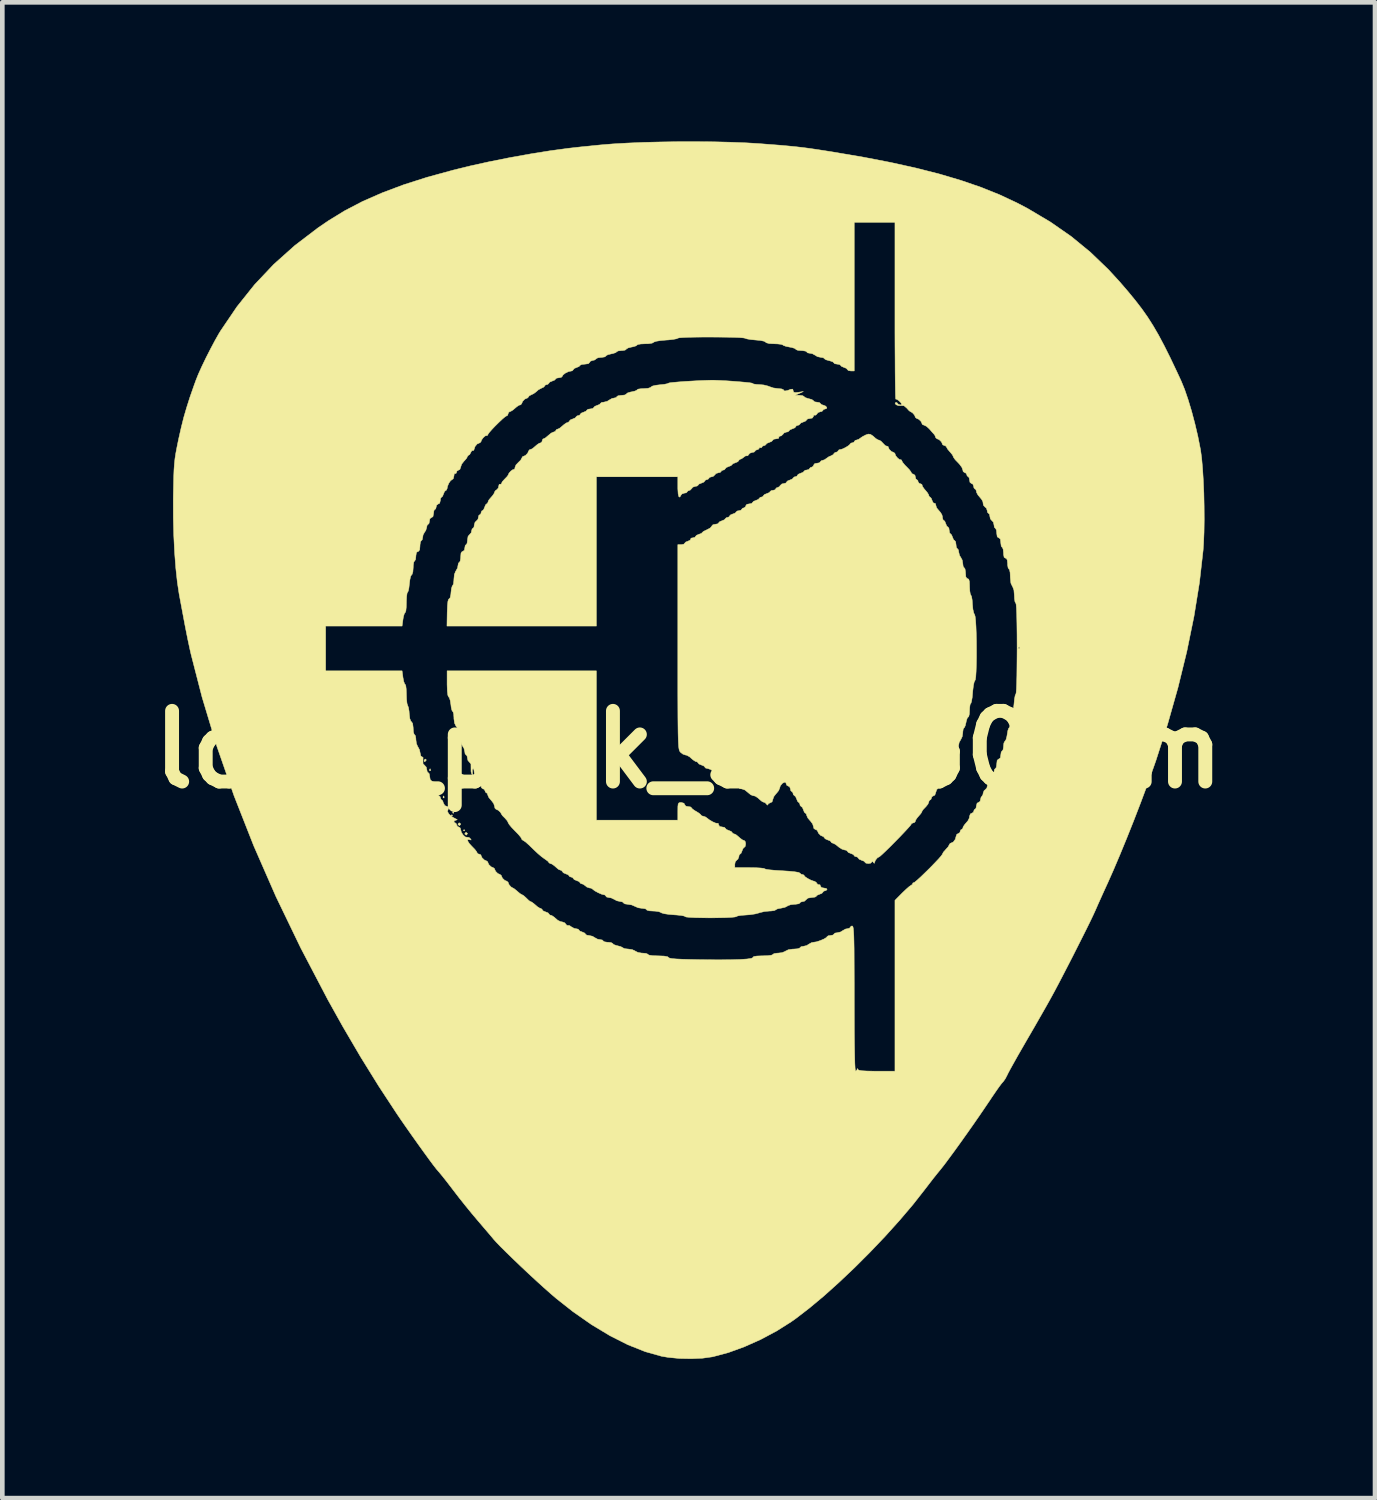
<source format=kicad_pcb>
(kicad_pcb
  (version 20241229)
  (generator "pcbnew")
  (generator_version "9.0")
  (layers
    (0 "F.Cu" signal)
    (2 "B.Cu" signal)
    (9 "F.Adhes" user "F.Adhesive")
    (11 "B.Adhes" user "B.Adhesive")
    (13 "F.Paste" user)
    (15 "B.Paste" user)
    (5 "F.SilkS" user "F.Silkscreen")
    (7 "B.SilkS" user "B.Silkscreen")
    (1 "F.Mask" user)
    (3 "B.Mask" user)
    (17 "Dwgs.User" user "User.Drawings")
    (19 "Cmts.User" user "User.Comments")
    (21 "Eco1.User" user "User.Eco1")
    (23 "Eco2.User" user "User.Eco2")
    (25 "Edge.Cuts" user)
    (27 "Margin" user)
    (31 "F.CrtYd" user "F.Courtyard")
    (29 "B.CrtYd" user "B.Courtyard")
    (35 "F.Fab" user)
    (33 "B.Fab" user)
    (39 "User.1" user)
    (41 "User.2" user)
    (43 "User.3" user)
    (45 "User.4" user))
  (footprint "logo_pick_30x30mm"
    (layer "F.Cu")
    (at 11.8 13.113)
    (property "Reference" "logo_pick_30x30mm" (at 0 0 0) (layer "F.SilkS") (effects (font (size 1.524 1.524) (thickness 0.3))))
    (attr through_hole)
    (fp_poly (pts (xy -5.092 1.419) (xy -5.106 1.434) (xy -5.121 1.419) (xy -5.106 1.405) (xy -5.092 1.419)) (stroke (width 0.01) (type solid)) (fill yes) (layer "F.SilkS"))
    (fp_poly (pts (xy -5.062 1.361) (xy -5.077 1.375) (xy -5.092 1.361) (xy -5.077 1.346) (xy -5.062 1.361)) (stroke (width 0.01) (type solid)) (fill yes) (layer "F.SilkS"))
    (fp_poly (pts (xy -4.828 1.741) (xy -4.843 1.756) (xy -4.858 1.741) (xy -4.843 1.726) (xy -4.828 1.741)) (stroke (width 0.01) (type solid)) (fill yes) (layer "F.SilkS"))
    (fp_poly (pts (xy -5.57 0.419) (xy -5.566 0.454) (xy -5.57 0.458) (xy -5.587 0.454) (xy -5.589 0.439) (xy -5.578 0.415) (xy -5.57 0.419)) (stroke (width 0.01) (type solid)) (fill yes) (layer "F.SilkS"))
    (fp_poly (pts (xy -5.365 0.858) (xy -5.369 0.876) (xy -5.384 0.878) (xy -5.408 0.867) (xy -5.404 0.858) (xy -5.369 0.855) (xy -5.365 0.858)) (stroke (width 0.01) (type solid)) (fill yes) (layer "F.SilkS"))
    (fp_poly (pts (xy -5.277 1.005) (xy -5.274 1.039) (xy -5.277 1.044) (xy -5.294 1.04) (xy -5.297 1.024) (xy -5.286 1) (xy -5.277 1.005)) (stroke (width 0.01) (type solid)) (fill yes) (layer "F.SilkS"))
    (fp_poly (pts (xy -4.604 0.654) (xy -4.6 0.688) (xy -4.604 0.693) (xy -4.621 0.689) (xy -4.624 0.673) (xy -4.613 0.649) (xy -4.604 0.654)) (stroke (width 0.01) (type solid)) (fill yes) (layer "F.SilkS"))
    (fp_poly (pts (xy -5.658 0.223) (xy -5.662 0.234) (xy -5.689 0.262) (xy -5.693 0.263) (xy -5.706 0.241) (xy -5.706 0.234) (xy -5.684 0.206) (xy -5.675 0.205) (xy -5.658 0.223)) (stroke (width 0.01) (type solid)) (fill yes) (layer "F.SilkS"))
    (fp_poly (pts (xy -4.917 1.602) (xy -4.916 1.609) (xy -4.938 1.638) (xy -4.945 1.639) (xy -4.974 1.616) (xy -4.975 1.609) (xy -4.952 1.581) (xy -4.945 1.58) (xy -4.917 1.602)) (stroke (width 0.01) (type solid)) (fill yes) (layer "F.SilkS"))
    (fp_poly (pts (xy -4.771 1.807) (xy -4.77 1.814) (xy -4.792 1.843) (xy -4.799 1.844) (xy -4.827 1.821) (xy -4.828 1.814) (xy -4.806 1.786) (xy -4.799 1.785) (xy -4.771 1.807)) (stroke (width 0.01) (type solid)) (fill yes) (layer "F.SilkS"))
    (fp_poly (pts (xy -1.99 1.522) (xy -0.234 1.522) (xy -0.234 1.331) (xy -0.233 1.229) (xy -0.226 1.172) (xy -0.207 1.147) (xy -0.173 1.141) (xy -0.161 1.141) (xy -0.102 1.157) (xy -0.088 1.185) (xy -0.062 1.22) (xy -0.015 1.229) (xy 0.04 1.237) (xy 0.059 1.254) (xy 0.082 1.282) (xy 0.14 1.322) (xy 0.161 1.333) (xy 0.226 1.374) (xy 0.261 1.405) (xy 0.263 1.411) (xy 0.287 1.432) (xy 0.305 1.434) (xy 0.362 1.453) (xy 0.386 1.47) (xy 0.448 1.517) (xy 0.52 1.559) (xy 0.585 1.587) (xy 0.624 1.59) (xy 0.625 1.589) (xy 0.641 1.596) (xy 0.644 1.619) (xy 0.668 1.659) (xy 0.717 1.668) (xy 0.772 1.678) (xy 0.79 1.697) (xy 0.815 1.724) (xy 0.863 1.744) (xy 0.918 1.766) (xy 0.936 1.788) (xy 0.959 1.813) (xy 0.968 1.814) (xy 1.015 1.832) (xy 1.04 1.851) (xy 1.117 1.917) (xy 1.165 1.951) (xy 1.197 1.961) (xy 1.199 1.961) (xy 1.221 1.986) (xy 1.229 2.034) (xy 1.219 2.089) (xy 1.2 2.107) (xy 1.173 2.132) (xy 1.153 2.18) (xy 1.131 2.235) (xy 1.109 2.253) (xy 1.087 2.278) (xy 1.083 2.309) (xy 1.062 2.363) (xy 1.039 2.381) (xy 1.005 2.42) (xy 0.995 2.472) (xy 0.995 2.546) (xy 1.317 2.546) (xy 1.446 2.548) (xy 1.551 2.554) (xy 1.619 2.562) (xy 1.639 2.571) (xy 1.666 2.581) (xy 1.741 2.593) (xy 1.853 2.603) (xy 1.99 2.612) (xy 2.011 2.613) (xy 2.164 2.623) (xy 2.285 2.635) (xy 2.365 2.648) (xy 2.394 2.661) (xy 2.428 2.69) (xy 2.446 2.692) (xy 2.483 2.705) (xy 2.488 2.714) (xy 2.511 2.743) (xy 2.568 2.781) (xy 2.636 2.816) (xy 2.694 2.837) (xy 2.706 2.838) (xy 2.749 2.862) (xy 2.762 2.884) (xy 2.791 2.914) (xy 2.809 2.912) (xy 2.834 2.918) (xy 2.838 2.939) (xy 2.864 2.976) (xy 2.912 2.985) (xy 2.967 2.995) (xy 2.985 3.014) (xy 2.961 3.04) (xy 2.941 3.043) (xy 2.902 3.059) (xy 2.897 3.072) (xy 2.872 3.1) (xy 2.824 3.119) (xy 2.769 3.142) (xy 2.751 3.164) (xy 2.725 3.181) (xy 2.662 3.189) (xy 2.651 3.19) (xy 2.571 3.203) (xy 2.535 3.234) (xy 2.496 3.27) (xy 2.459 3.277) (xy 2.411 3.29) (xy 2.4 3.307) (xy 2.374 3.325) (xy 2.309 3.335) (xy 2.285 3.336) (xy 2.2 3.345) (xy 2.139 3.367) (xy 2.131 3.373) (xy 2.077 3.401) (xy 1.996 3.419) (xy 1.99 3.42) (xy 1.919 3.433) (xy 1.879 3.453) (xy 1.878 3.456) (xy 1.845 3.472) (xy 1.775 3.481) (xy 1.742 3.482) (xy 1.635 3.492) (xy 1.533 3.516) (xy 1.518 3.522) (xy 1.435 3.544) (xy 1.321 3.561) (xy 1.229 3.568) (xy 1.13 3.575) (xy 1.058 3.587) (xy 1.029 3.601) (xy 0.998 3.61) (xy 0.917 3.618) (xy 0.794 3.624) (xy 0.637 3.627) (xy 0.464 3.629) (xy 0.289 3.627) (xy 0.139 3.624) (xy 0.023 3.618) (xy -0.051 3.611) (xy -0.076 3.603) (xy -0.075 3.603) (xy -0.095 3.59) (xy -0.161 3.577) (xy -0.26 3.567) (xy -0.308 3.564) (xy -0.426 3.554) (xy -0.523 3.54) (xy -0.583 3.523) (xy -0.592 3.517) (xy -0.64 3.496) (xy -0.722 3.484) (xy -0.767 3.482) (xy -0.848 3.477) (xy -0.899 3.463) (xy -0.907 3.453) (xy -0.933 3.433) (xy -0.995 3.424) (xy -1.004 3.424) (xy -1.09 3.411) (xy -1.158 3.381) (xy -1.228 3.35) (xy -1.31 3.337) (xy -1.374 3.328) (xy -1.404 3.309) (xy -1.405 3.307) (xy -1.429 3.284) (xy -1.472 3.277) (xy -1.55 3.26) (xy -1.597 3.234) (xy -1.669 3.199) (xy -1.719 3.191) (xy -1.771 3.179) (xy -1.785 3.16) (xy -1.809 3.134) (xy -1.827 3.131) (xy -1.879 3.118) (xy -1.952 3.086) (xy -2.022 3.048) (xy -2.068 3.014) (xy -2.073 3.007) (xy -2.106 2.988) (xy -2.135 2.985) (xy -2.197 2.964) (xy -2.224 2.941) (xy -2.274 2.904) (xy -2.301 2.897) (xy -2.337 2.882) (xy -2.341 2.871) (xy -2.366 2.845) (xy -2.414 2.826) (xy -2.469 2.803) (xy -2.487 2.779) (xy -2.511 2.754) (xy -2.531 2.751) (xy -2.57 2.737) (xy -2.575 2.725) (xy -2.6 2.699) (xy -2.648 2.68) (xy -2.703 2.657) (xy -2.721 2.633) (xy -2.744 2.606) (xy -2.753 2.604) (xy -2.8 2.587) (xy -2.825 2.568) (xy -2.902 2.501) (xy -2.95 2.468) (xy -2.982 2.458) (xy -2.984 2.458) (xy -3.013 2.441) (xy -3.014 2.435) (xy -3.037 2.407) (xy -3.093 2.366) (xy -3.105 2.358) (xy -3.169 2.312) (xy -3.257 2.237) (xy -3.35 2.149) (xy -3.366 2.133) (xy -3.449 2.053) (xy -3.517 1.993) (xy -3.561 1.963) (xy -3.568 1.961) (xy -3.598 1.938) (xy -3.599 1.928) (xy -3.619 1.893) (xy -3.67 1.831) (xy -3.743 1.756) (xy -3.746 1.753) (xy -3.819 1.677) (xy -3.871 1.614) (xy -3.892 1.577) (xy -3.892 1.576) (xy -3.912 1.535) (xy -3.96 1.48) (xy -3.965 1.475) (xy -4.015 1.425) (xy -4.038 1.391) (xy -4.038 1.389) (xy -4.06 1.351) (xy -4.106 1.309) (xy -4.151 1.288) (xy -4.153 1.288) (xy -4.178 1.263) (xy -4.185 1.225) (xy -4.205 1.163) (xy -4.255 1.097) (xy -4.258 1.095) (xy -4.308 1.036) (xy -4.331 0.984) (xy -4.331 0.982) (xy -4.346 0.942) (xy -4.36 0.936) (xy -4.386 0.913) (xy -4.389 0.893) (xy -4.413 0.854) (xy -4.433 0.849) (xy -4.469 0.823) (xy -4.477 0.775) (xy -4.487 0.72) (xy -4.504 0.702) (xy -4.529 0.677) (xy -4.542 0.636) (xy -4.563 0.588) (xy -4.588 0.578) (xy -4.614 0.558) (xy -4.624 0.497) (xy -4.631 0.436) (xy -4.648 0.41) (xy -4.649 0.41) (xy -4.663 0.434) (xy -4.661 0.49) (xy -4.657 0.54) (xy -4.67 0.538) (xy -4.677 0.529) (xy -4.693 0.473) (xy -4.694 0.394) (xy -4.694 0.39) (xy -4.695 0.311) (xy -4.725 0.274) (xy -4.726 0.274) (xy -4.76 0.235) (xy -4.77 0.187) (xy -4.78 0.134) (xy -4.799 0.117) (xy -4.821 0.092) (xy -4.828 0.046) (xy -4.846 -0.028) (xy -4.872 -0.069) (xy -4.902 -0.127) (xy -4.916 -0.209) (xy -4.916 -0.217) (xy -4.923 -0.286) (xy -4.941 -0.321) (xy -4.945 -0.322) (xy -4.968 -0.347) (xy -4.975 -0.393) (xy -4.992 -0.467) (xy -5.019 -0.508) (xy -5.048 -0.569) (xy -5.062 -0.666) (xy -5.062 -0.686) (xy -5.067 -0.765) (xy -5.08 -0.813) (xy -5.088 -0.819) (xy -5.105 -0.846) (xy -5.121 -0.913) (xy -5.128 -0.972) (xy -5.142 -1.06) (xy -5.162 -1.12) (xy -5.176 -1.135) (xy -5.193 -1.171) (xy -5.204 -1.261) (xy -5.209 -1.403) (xy -5.209 -1.422) (xy -5.209 -1.697) (xy -1.99 -1.697) (xy -1.99 1.522)) (stroke (width 0.01) (type solid)) (fill yes) (layer "F.SilkS"))
    (fp_poly (pts (xy 0.556 -7.964) (xy 0.674 -7.959) (xy 0.811 -7.952) (xy 0.956 -7.942) (xy 1.095 -7.931) (xy 1.218 -7.92) (xy 1.313 -7.91) (xy 1.367 -7.901) (xy 1.375 -7.896) (xy 1.402 -7.882) (xy 1.468 -7.873) (xy 1.514 -7.871) (xy 1.618 -7.862) (xy 1.713 -7.838) (xy 1.737 -7.828) (xy 1.825 -7.798) (xy 1.926 -7.784) (xy 1.935 -7.784) (xy 2.008 -7.776) (xy 2.047 -7.757) (xy 2.048 -7.751) (xy 2.068 -7.731) (xy 2.13 -7.742) (xy 2.202 -7.769) (xy 2.244 -7.772) (xy 2.253 -7.739) (xy 2.263 -7.707) (xy 2.303 -7.698) (xy 2.363 -7.704) (xy 2.473 -7.72) (xy 2.297 -7.64) (xy 2.392 -7.639) (xy 2.457 -7.631) (xy 2.487 -7.613) (xy 2.487 -7.612) (xy 2.513 -7.59) (xy 2.576 -7.569) (xy 2.59 -7.566) (xy 2.657 -7.547) (xy 2.691 -7.523) (xy 2.692 -7.519) (xy 2.717 -7.498) (xy 2.765 -7.491) (xy 2.82 -7.482) (xy 2.838 -7.464) (xy 2.863 -7.439) (xy 2.902 -7.427) (xy 2.953 -7.407) (xy 2.979 -7.376) (xy 2.969 -7.35) (xy 2.943 -7.345) (xy 2.903 -7.33) (xy 2.897 -7.316) (xy 2.873 -7.291) (xy 2.842 -7.286) (xy 2.787 -7.265) (xy 2.769 -7.241) (xy 2.74 -7.21) (xy 2.722 -7.213) (xy 2.696 -7.207) (xy 2.692 -7.186) (xy 2.667 -7.149) (xy 2.619 -7.14) (xy 2.564 -7.13) (xy 2.546 -7.111) (xy 2.521 -7.084) (xy 2.473 -7.064) (xy 2.418 -7.042) (xy 2.4 -7.02) (xy 2.376 -6.997) (xy 2.356 -6.994) (xy 2.317 -6.978) (xy 2.312 -6.965) (xy 2.287 -6.937) (xy 2.239 -6.918) (xy 2.184 -6.895) (xy 2.165 -6.874) (xy 2.141 -6.852) (xy 2.11 -6.847) (xy 2.056 -6.827) (xy 2.038 -6.804) (xy 1.998 -6.765) (xy 1.974 -6.76) (xy 1.943 -6.746) (xy 1.946 -6.73) (xy 1.936 -6.709) (xy 1.889 -6.701) (xy 1.833 -6.692) (xy 1.814 -6.672) (xy 1.789 -6.645) (xy 1.741 -6.625) (xy 1.686 -6.603) (xy 1.668 -6.581) (xy 1.644 -6.558) (xy 1.624 -6.555) (xy 1.585 -6.538) (xy 1.58 -6.524) (xy 1.562 -6.506) (xy 1.551 -6.511) (xy 1.524 -6.509) (xy 1.522 -6.498) (xy 1.498 -6.471) (xy 1.478 -6.467) (xy 1.439 -6.451) (xy 1.434 -6.438) (xy 1.409 -6.414) (xy 1.374 -6.409) (xy 1.318 -6.39) (xy 1.298 -6.365) (xy 1.272 -6.334) (xy 1.258 -6.336) (xy 1.221 -6.33) (xy 1.19 -6.306) (xy 1.14 -6.27) (xy 1.114 -6.262) (xy 1.084 -6.242) (xy 1.083 -6.234) (xy 1.058 -6.206) (xy 1.01 -6.186) (xy 0.955 -6.165) (xy 0.936 -6.145) (xy 0.912 -6.122) (xy 0.863 -6.104) (xy 0.808 -6.08) (xy 0.79 -6.057) (xy 0.766 -6.031) (xy 0.746 -6.028) (xy 0.707 -6.012) (xy 0.702 -5.999) (xy 0.678 -5.975) (xy 0.643 -5.97) (xy 0.587 -5.951) (xy 0.567 -5.926) (xy 0.527 -5.889) (xy 0.494 -5.882) (xy 0.449 -5.869) (xy 0.439 -5.853) (xy 0.415 -5.827) (xy 0.395 -5.823) (xy 0.356 -5.808) (xy 0.351 -5.795) (xy 0.326 -5.767) (xy 0.278 -5.747) (xy 0.223 -5.725) (xy 0.205 -5.703) (xy 0.18 -5.682) (xy 0.145 -5.677) (xy 0.089 -5.658) (xy 0.069 -5.633) (xy 0.032 -5.594) (xy 0.012 -5.589) (xy -0.025 -5.572) (xy -0.029 -5.56) (xy -0.054 -5.536) (xy -0.089 -5.531) (xy -0.145 -5.512) (xy -0.165 -5.487) (xy -0.191 -5.443) (xy -0.212 -5.454) (xy -0.227 -5.515) (xy -0.234 -5.624) (xy -0.234 -5.662) (xy -0.234 -5.882) (xy -1.99 -5.882) (xy -1.99 -2.663) (xy -5.212 -2.663) (xy -5.207 -2.956) (xy -5.201 -3.105) (xy -5.191 -3.2) (xy -5.175 -3.244) (xy -5.167 -3.248) (xy -5.143 -3.275) (xy -5.128 -3.349) (xy -5.125 -3.387) (xy -5.115 -3.471) (xy -5.099 -3.525) (xy -5.09 -3.536) (xy -5.073 -3.568) (xy -5.064 -3.639) (xy -5.062 -3.677) (xy -5.052 -3.776) (xy -5.025 -3.845) (xy -5.019 -3.852) (xy -4.984 -3.916) (xy -4.975 -3.967) (xy -4.964 -4.021) (xy -4.945 -4.038) (xy -4.927 -4.064) (xy -4.917 -4.129) (xy -4.916 -4.155) (xy -4.909 -4.237) (xy -4.885 -4.27) (xy -4.872 -4.272) (xy -4.837 -4.298) (xy -4.828 -4.346) (xy -4.818 -4.401) (xy -4.799 -4.419) (xy -4.779 -4.444) (xy -4.77 -4.507) (xy -4.77 -4.518) (xy -4.757 -4.598) (xy -4.726 -4.634) (xy -4.69 -4.674) (xy -4.682 -4.71) (xy -4.67 -4.758) (xy -4.653 -4.77) (xy -4.63 -4.795) (xy -4.624 -4.84) (xy -4.607 -4.901) (xy -4.58 -4.927) (xy -4.543 -4.966) (xy -4.536 -5.003) (xy -4.524 -5.051) (xy -4.506 -5.062) (xy -4.48 -5.086) (xy -4.477 -5.106) (xy -4.462 -5.145) (xy -4.448 -5.15) (xy -4.421 -5.175) (xy -4.401 -5.223) (xy -4.379 -5.278) (xy -4.357 -5.297) (xy -4.332 -5.319) (xy -4.331 -5.328) (xy -4.313 -5.375) (xy -4.294 -5.4) (xy -4.227 -5.477) (xy -4.194 -5.526) (xy -4.185 -5.556) (xy -4.161 -5.589) (xy -4.141 -5.6) (xy -4.105 -5.639) (xy -4.097 -5.678) (xy -4.086 -5.719) (xy -4.068 -5.721) (xy -4.041 -5.724) (xy -4.038 -5.735) (xy -4.019 -5.776) (xy -3.97 -5.83) (xy -3.965 -5.835) (xy -3.916 -5.886) (xy -3.892 -5.919) (xy -3.892 -5.921) (xy -3.874 -5.961) (xy -3.833 -6.006) (xy -3.79 -6.037) (xy -3.77 -6.04) (xy -3.75 -6.051) (xy -3.746 -6.081) (xy -3.724 -6.137) (xy -3.672 -6.192) (xy -3.621 -6.242) (xy -3.599 -6.284) (xy -3.599 -6.284) (xy -3.58 -6.318) (xy -3.568 -6.321) (xy -3.518 -6.343) (xy -3.471 -6.392) (xy -3.453 -6.436) (xy -3.431 -6.466) (xy -3.422 -6.467) (xy -3.375 -6.485) (xy -3.35 -6.504) (xy -3.273 -6.57) (xy -3.224 -6.604) (xy -3.192 -6.613) (xy -3.191 -6.613) (xy -3.164 -6.637) (xy -3.16 -6.657) (xy -3.144 -6.696) (xy -3.13 -6.701) (xy -3.09 -6.72) (xy -3.034 -6.767) (xy -3.026 -6.774) (xy -2.965 -6.824) (xy -2.914 -6.847) (xy -2.91 -6.847) (xy -2.872 -6.864) (xy -2.868 -6.877) (xy -2.845 -6.905) (xy -2.836 -6.906) (xy -2.79 -6.924) (xy -2.764 -6.943) (xy -2.687 -7.009) (xy -2.639 -7.043) (xy -2.607 -7.052) (xy -2.606 -7.052) (xy -2.576 -7.073) (xy -2.575 -7.081) (xy -2.55 -7.109) (xy -2.502 -7.128) (xy -2.447 -7.151) (xy -2.429 -7.173) (xy -2.405 -7.196) (xy -2.385 -7.199) (xy -2.346 -7.214) (xy -2.341 -7.227) (xy -2.316 -7.255) (xy -2.268 -7.274) (xy -2.213 -7.297) (xy -2.195 -7.319) (xy -2.17 -7.338) (xy -2.122 -7.345) (xy -2.067 -7.355) (xy -2.048 -7.374) (xy -2.024 -7.401) (xy -1.975 -7.421) (xy -1.92 -7.443) (xy -1.902 -7.465) (xy -1.877 -7.485) (xy -1.831 -7.491) (xy -1.757 -7.509) (xy -1.716 -7.535) (xy -1.651 -7.572) (xy -1.612 -7.579) (xy -1.563 -7.591) (xy -1.551 -7.608) (xy -1.525 -7.628) (xy -1.462 -7.637) (xy -1.449 -7.638) (xy -1.381 -7.645) (xy -1.347 -7.663) (xy -1.346 -7.666) (xy -1.32 -7.689) (xy -1.256 -7.709) (xy -1.229 -7.714) (xy -1.156 -7.731) (xy -1.115 -7.752) (xy -1.112 -7.758) (xy -1.086 -7.773) (xy -1.019 -7.782) (xy -0.968 -7.784) (xy -0.877 -7.79) (xy -0.822 -7.808) (xy -0.813 -7.818) (xy -0.779 -7.839) (xy -0.704 -7.856) (xy -0.62 -7.866) (xy -0.526 -7.876) (xy -0.46 -7.889) (xy -0.439 -7.9) (xy -0.411 -7.908) (xy -0.336 -7.917) (xy -0.223 -7.927) (xy -0.082 -7.938) (xy 0.076 -7.947) (xy 0.24 -7.956) (xy 0.4 -7.962) (xy 0.468 -7.964) (xy 0.556 -7.964)) (stroke (width 0.01) (type solid)) (fill yes) (layer "F.SilkS"))
    (fp_poly (pts (xy 3.92 -6.797) (xy 3.976 -6.76) (xy 4.033 -6.708) (xy 4.084 -6.677) (xy 4.107 -6.672) (xy 4.147 -6.65) (xy 4.196 -6.599) (xy 4.241 -6.553) (xy 4.275 -6.542) (xy 4.276 -6.542) (xy 4.3 -6.536) (xy 4.302 -6.525) (xy 4.324 -6.474) (xy 4.372 -6.427) (xy 4.417 -6.409) (xy 4.447 -6.388) (xy 4.448 -6.38) (xy 4.465 -6.335) (xy 4.505 -6.286) (xy 4.548 -6.253) (xy 4.57 -6.251) (xy 4.592 -6.243) (xy 4.594 -6.231) (xy 4.614 -6.192) (xy 4.664 -6.132) (xy 4.697 -6.099) (xy 4.757 -6.037) (xy 4.794 -5.987) (xy 4.799 -5.972) (xy 4.823 -5.944) (xy 4.843 -5.94) (xy 4.879 -5.916) (xy 4.887 -5.882) (xy 4.899 -5.834) (xy 4.916 -5.823) (xy 4.942 -5.8) (xy 4.945 -5.779) (xy 4.969 -5.741) (xy 4.989 -5.735) (xy 5.028 -5.719) (xy 5.033 -5.705) (xy 5.042 -5.673) (xy 5.075 -5.626) (xy 5.139 -5.55) (xy 5.143 -5.546) (xy 5.174 -5.496) (xy 5.179 -5.474) (xy 5.198 -5.444) (xy 5.206 -5.443) (xy 5.231 -5.418) (xy 5.25 -5.369) (xy 5.273 -5.32) (xy 5.297 -5.312) (xy 5.321 -5.304) (xy 5.326 -5.282) (xy 5.344 -5.219) (xy 5.362 -5.193) (xy 5.427 -5.117) (xy 5.46 -5.065) (xy 5.472 -5.021) (xy 5.472 -5.005) (xy 5.483 -4.957) (xy 5.498 -4.945) (xy 5.524 -4.921) (xy 5.543 -4.872) (xy 5.566 -4.817) (xy 5.59 -4.799) (xy 5.611 -4.774) (xy 5.618 -4.726) (xy 5.627 -4.671) (xy 5.645 -4.653) (xy 5.67 -4.628) (xy 5.689 -4.58) (xy 5.712 -4.525) (xy 5.736 -4.506) (xy 5.756 -4.481) (xy 5.765 -4.42) (xy 5.765 -4.419) (xy 5.773 -4.357) (xy 5.794 -4.331) (xy 5.794 -4.331) (xy 5.816 -4.306) (xy 5.823 -4.26) (xy 5.841 -4.186) (xy 5.867 -4.145) (xy 5.899 -4.085) (xy 5.911 -4.011) (xy 5.919 -3.949) (xy 5.939 -3.921) (xy 5.94 -3.921) (xy 5.959 -3.895) (xy 5.969 -3.83) (xy 5.97 -3.804) (xy 5.977 -3.723) (xy 6.001 -3.689) (xy 6.013 -3.687) (xy 6.039 -3.673) (xy 6.053 -3.625) (xy 6.057 -3.531) (xy 6.057 -3.514) (xy 6.062 -3.42) (xy 6.073 -3.353) (xy 6.085 -3.331) (xy 6.1 -3.299) (xy 6.113 -3.225) (xy 6.119 -3.136) (xy 6.129 -3.025) (xy 6.148 -2.943) (xy 6.165 -2.911) (xy 6.177 -2.871) (xy 6.187 -2.784) (xy 6.195 -2.66) (xy 6.201 -2.508) (xy 6.205 -2.339) (xy 6.206 -2.162) (xy 6.206 -1.987) (xy 6.203 -1.824) (xy 6.198 -1.683) (xy 6.191 -1.573) (xy 6.181 -1.505) (xy 6.172 -1.487) (xy 6.156 -1.455) (xy 6.14 -1.379) (xy 6.127 -1.273) (xy 6.124 -1.236) (xy 6.114 -1.125) (xy 6.1 -1.042) (xy 6.087 -0.998) (xy 6.082 -0.995) (xy 6.068 -0.969) (xy 6.059 -0.901) (xy 6.057 -0.849) (xy 6.052 -0.765) (xy 6.039 -0.712) (xy 6.028 -0.702) (xy 6.006 -0.676) (xy 5.986 -0.612) (xy 5.981 -0.585) (xy 5.963 -0.512) (xy 5.943 -0.471) (xy 5.937 -0.468) (xy 5.92 -0.442) (xy 5.911 -0.379) (xy 5.911 -0.364) (xy 5.899 -0.281) (xy 5.87 -0.219) (xy 5.867 -0.215) (xy 5.832 -0.152) (xy 5.823 -0.1) (xy 5.813 -0.046) (xy 5.794 -0.029) (xy 5.774 -0.004) (xy 5.765 0.059) (xy 5.765 0.07) (xy 5.752 0.15) (xy 5.721 0.186) (xy 5.685 0.226) (xy 5.677 0.262) (xy 5.665 0.31) (xy 5.648 0.322) (xy 5.625 0.347) (xy 5.618 0.392) (xy 5.602 0.453) (xy 5.575 0.479) (xy 5.538 0.518) (xy 5.531 0.555) (xy 5.519 0.603) (xy 5.501 0.615) (xy 5.478 0.639) (xy 5.472 0.674) (xy 5.452 0.735) (xy 5.402 0.799) (xy 5.399 0.802) (xy 5.348 0.867) (xy 5.326 0.93) (xy 5.326 0.932) (xy 5.308 0.983) (xy 5.282 0.995) (xy 5.243 1.018) (xy 5.238 1.039) (xy 5.222 1.078) (xy 5.209 1.083) (xy 5.183 1.107) (xy 5.179 1.128) (xy 5.159 1.178) (xy 5.111 1.237) (xy 5.106 1.241) (xy 5.057 1.292) (xy 5.033 1.328) (xy 5.033 1.33) (xy 5.016 1.366) (xy 4.997 1.391) (xy 4.93 1.468) (xy 4.897 1.516) (xy 4.887 1.548) (xy 4.887 1.55) (xy 4.863 1.577) (xy 4.843 1.58) (xy 4.804 1.596) (xy 4.799 1.61) (xy 4.78 1.638) (xy 4.726 1.699) (xy 4.648 1.783) (xy 4.554 1.882) (xy 4.451 1.987) (xy 4.348 2.091) (xy 4.254 2.183) (xy 4.177 2.256) (xy 4.126 2.301) (xy 4.11 2.312) (xy 4.07 2.334) (xy 4.029 2.383) (xy 4.009 2.432) (xy 4.009 2.434) (xy 4.001 2.454) (xy 3.98 2.429) (xy 3.956 2.405) (xy 3.951 2.421) (xy 3.926 2.449) (xy 3.877 2.458) (xy 3.822 2.449) (xy 3.804 2.432) (xy 3.779 2.406) (xy 3.731 2.388) (xy 3.676 2.364) (xy 3.658 2.34) (xy 3.634 2.315) (xy 3.614 2.312) (xy 3.575 2.298) (xy 3.57 2.286) (xy 3.545 2.26) (xy 3.497 2.241) (xy 3.442 2.218) (xy 3.424 2.194) (xy 3.399 2.171) (xy 3.364 2.165) (xy 3.303 2.146) (xy 3.233 2.1) (xy 3.225 2.092) (xy 3.164 2.044) (xy 3.115 2.02) (xy 3.109 2.019) (xy 3.075 2.003) (xy 3.073 1.993) (xy 3.048 1.967) (xy 2.999 1.949) (xy 2.945 1.925) (xy 2.926 1.902) (xy 2.904 1.874) (xy 2.895 1.873) (xy 2.845 1.851) (xy 2.798 1.802) (xy 2.78 1.758) (xy 2.756 1.73) (xy 2.736 1.726) (xy 2.7 1.702) (xy 2.692 1.664) (xy 2.672 1.602) (xy 2.622 1.536) (xy 2.619 1.534) (xy 2.569 1.475) (xy 2.546 1.423) (xy 2.546 1.421) (xy 2.532 1.381) (xy 2.52 1.375) (xy 2.494 1.351) (xy 2.475 1.302) (xy 2.452 1.247) (xy 2.428 1.229) (xy 2.403 1.205) (xy 2.4 1.185) (xy 2.385 1.146) (xy 2.373 1.141) (xy 2.348 1.116) (xy 2.329 1.068) (xy 2.305 1.013) (xy 2.282 0.995) (xy 2.256 0.971) (xy 2.253 0.951) (xy 2.237 0.912) (xy 2.224 0.907) (xy 2.2 0.883) (xy 2.195 0.849) (xy 2.176 0.801) (xy 2.151 0.79) (xy 2.112 0.767) (xy 2.107 0.746) (xy 2.09 0.707) (xy 2.076 0.702) (xy 2.022 0.726) (xy 1.977 0.781) (xy 1.961 0.833) (xy 1.94 0.885) (xy 1.892 0.945) (xy 1.887 0.948) (xy 1.837 1.013) (xy 1.814 1.076) (xy 1.814 1.079) (xy 1.798 1.128) (xy 1.773 1.141) (xy 1.724 1.164) (xy 1.714 1.178) (xy 1.695 1.199) (xy 1.68 1.178) (xy 1.647 1.144) (xy 1.634 1.141) (xy 1.59 1.124) (xy 1.564 1.105) (xy 1.488 1.039) (xy 1.439 1.006) (xy 1.4 0.995) (xy 1.39 0.995) (xy 1.339 0.975) (xy 1.279 0.926) (xy 1.275 0.922) (xy 1.211 0.871) (xy 1.148 0.849) (xy 1.145 0.849) (xy 1.096 0.837) (xy 1.083 0.82) (xy 1.058 0.792) (xy 1.01 0.773) (xy 0.955 0.75) (xy 0.936 0.728) (xy 0.914 0.703) (xy 0.905 0.702) (xy 0.858 0.684) (xy 0.833 0.666) (xy 0.757 0.6) (xy 0.707 0.567) (xy 0.668 0.556) (xy 0.658 0.556) (xy 0.608 0.536) (xy 0.548 0.487) (xy 0.544 0.483) (xy 0.479 0.432) (xy 0.416 0.41) (xy 0.414 0.41) (xy 0.364 0.398) (xy 0.351 0.381) (xy 0.326 0.353) (xy 0.278 0.334) (xy 0.223 0.311) (xy 0.205 0.289) (xy 0.182 0.264) (xy 0.174 0.263) (xy 0.143 0.254) (xy 0.095 0.222) (xy 0.02 0.157) (xy 0.016 0.154) (xy -0.043 0.122) (xy -0.071 0.117) (xy -0.125 0.098) (xy -0.176 0.059) (xy -0.186 0.046) (xy -0.196 0.031) (xy -0.204 0.008) (xy -0.211 -0.027) (xy -0.217 -0.077) (xy -0.221 -0.147) (xy -0.225 -0.24) (xy -0.228 -0.36) (xy -0.23 -0.512) (xy -0.232 -0.7) (xy -0.233 -0.927) (xy -0.234 -1.197) (xy -0.234 -1.515) (xy -0.234 -1.884) (xy -0.234 -2.209) (xy -0.234 -4.419) (xy -0.161 -4.419) (xy -0.106 -4.428) (xy -0.088 -4.447) (xy -0.063 -4.475) (xy -0.015 -4.494) (xy 0.034 -4.516) (xy 0.042 -4.539) (xy 0.053 -4.559) (xy 0.086 -4.565) (xy 0.135 -4.577) (xy 0.146 -4.594) (xy 0.171 -4.621) (xy 0.219 -4.641) (xy 0.274 -4.661) (xy 0.293 -4.68) (xy 0.317 -4.703) (xy 0.378 -4.733) (xy 0.395 -4.741) (xy 0.462 -4.776) (xy 0.496 -4.812) (xy 0.497 -4.819) (xy 0.523 -4.848) (xy 0.571 -4.858) (xy 0.626 -4.867) (xy 0.644 -4.886) (xy 0.669 -4.914) (xy 0.717 -4.933) (xy 0.772 -4.956) (xy 0.79 -4.978) (xy 0.814 -5.001) (xy 0.834 -5.004) (xy 0.873 -5.019) (xy 0.878 -5.033) (xy 0.903 -5.06) (xy 0.951 -5.08) (xy 1.006 -5.102) (xy 1.024 -5.124) (xy 1.049 -5.145) (xy 1.083 -5.15) (xy 1.13 -5.162) (xy 1.141 -5.179) (xy 1.165 -5.205) (xy 1.185 -5.209) (xy 1.224 -5.232) (xy 1.229 -5.253) (xy 1.254 -5.288) (xy 1.302 -5.297) (xy 1.357 -5.306) (xy 1.375 -5.325) (xy 1.4 -5.353) (xy 1.449 -5.372) (xy 1.503 -5.395) (xy 1.522 -5.417) (xy 1.545 -5.44) (xy 1.566 -5.443) (xy 1.604 -5.458) (xy 1.609 -5.472) (xy 1.634 -5.499) (xy 1.683 -5.519) (xy 1.737 -5.541) (xy 1.756 -5.563) (xy 1.78 -5.584) (xy 1.814 -5.589) (xy 1.862 -5.601) (xy 1.873 -5.618) (xy 1.896 -5.645) (xy 1.914 -5.648) (xy 1.959 -5.671) (xy 1.971 -5.692) (xy 2.011 -5.728) (xy 2.047 -5.735) (xy 2.096 -5.747) (xy 2.107 -5.764) (xy 2.132 -5.792) (xy 2.18 -5.811) (xy 2.235 -5.834) (xy 2.253 -5.856) (xy 2.277 -5.879) (xy 2.297 -5.882) (xy 2.336 -5.897) (xy 2.341 -5.911) (xy 2.366 -5.938) (xy 2.414 -5.958) (xy 2.469 -5.98) (xy 2.487 -6.002) (xy 2.512 -6.023) (xy 2.546 -6.028) (xy 2.593 -6.04) (xy 2.604 -6.057) (xy 2.628 -6.083) (xy 2.648 -6.087) (xy 2.687 -6.11) (xy 2.692 -6.131) (xy 2.718 -6.166) (xy 2.765 -6.174) (xy 2.82 -6.184) (xy 2.838 -6.204) (xy 2.862 -6.23) (xy 2.88 -6.233) (xy 2.935 -6.252) (xy 2.962 -6.273) (xy 3.023 -6.315) (xy 3.067 -6.333) (xy 3.117 -6.36) (xy 3.131 -6.381) (xy 3.155 -6.405) (xy 3.175 -6.409) (xy 3.214 -6.424) (xy 3.219 -6.438) (xy 3.242 -6.464) (xy 3.26 -6.467) (xy 3.312 -6.48) (xy 3.38 -6.512) (xy 3.443 -6.551) (xy 3.48 -6.584) (xy 3.482 -6.591) (xy 3.506 -6.611) (xy 3.526 -6.613) (xy 3.565 -6.629) (xy 3.57 -6.643) (xy 3.594 -6.669) (xy 3.612 -6.672) (xy 3.668 -6.691) (xy 3.692 -6.709) (xy 3.747 -6.747) (xy 3.815 -6.783) (xy 3.873 -6.803) (xy 3.92 -6.797)) (stroke (width 0.01) (type solid)) (fill yes) (layer "F.SilkS"))
    (fp_poly (pts (xy 0.556 -13.105) (xy 0.915 -13.096) (xy 1.243 -13.083) (xy 1.509 -13.067) (xy 1.766 -13.047) (xy 1.976 -13.031) (xy 2.151 -13.015) (xy 2.303 -13) (xy 2.444 -12.984) (xy 2.584 -12.966) (xy 2.736 -12.944) (xy 2.912 -12.917) (xy 3.102 -12.887) (xy 3.757 -12.776) (xy 4.357 -12.66) (xy 4.908 -12.538) (xy 5.414 -12.409) (xy 5.878 -12.271) (xy 6.306 -12.124) (xy 6.702 -11.965) (xy 7.07 -11.793) (xy 7.305 -11.67) (xy 7.8 -11.376) (xy 8.249 -11.064) (xy 8.662 -10.725) (xy 9.051 -10.351) (xy 9.296 -10.084) (xy 9.474 -9.877) (xy 9.63 -9.687) (xy 9.769 -9.507) (xy 9.896 -9.327) (xy 10.015 -9.14) (xy 10.133 -8.937) (xy 10.254 -8.709) (xy 10.384 -8.449) (xy 10.527 -8.148) (xy 10.621 -7.945) (xy 10.693 -7.769) (xy 10.768 -7.55) (xy 10.844 -7.299) (xy 10.915 -7.031) (xy 10.979 -6.759) (xy 11.031 -6.496) (xy 11.037 -6.467) (xy 11.061 -6.29) (xy 11.081 -6.067) (xy 11.097 -5.81) (xy 11.109 -5.532) (xy 11.115 -5.243) (xy 11.117 -4.958) (xy 11.113 -4.687) (xy 11.103 -4.444) (xy 11.093 -4.297) (xy 11.014 -3.601) (xy 10.896 -2.871) (xy 10.741 -2.113) (xy 10.551 -1.337) (xy 10.328 -0.549) (xy 10.073 0.244) (xy 9.885 0.775) (xy 9.743 1.155) (xy 9.595 1.538) (xy 9.445 1.914) (xy 9.299 2.269) (xy 9.161 2.594) (xy 9.036 2.876) (xy 9.026 2.897) (xy 8.953 3.057) (xy 8.883 3.212) (xy 8.822 3.348) (xy 8.777 3.451) (xy 8.763 3.482) (xy 8.725 3.565) (xy 8.665 3.691) (xy 8.586 3.852) (xy 8.493 4.038) (xy 8.39 4.242) (xy 8.283 4.454) (xy 8.174 4.666) (xy 8.069 4.869) (xy 7.972 5.055) (xy 7.887 5.215) (xy 7.835 5.311) (xy 7.768 5.432) (xy 7.679 5.59) (xy 7.573 5.775) (xy 7.46 5.973) (xy 7.344 6.173) (xy 7.292 6.262) (xy 7.188 6.443) (xy 7.09 6.613) (xy 7.005 6.765) (xy 6.936 6.889) (xy 6.889 6.977) (xy 6.872 7.012) (xy 6.83 7.094) (xy 6.787 7.156) (xy 6.775 7.169) (xy 6.744 7.205) (xy 6.687 7.281) (xy 6.614 7.386) (xy 6.53 7.509) (xy 6.506 7.546) (xy 6.395 7.71) (xy 6.269 7.895) (xy 6.133 8.091) (xy 5.993 8.29) (xy 5.855 8.484) (xy 5.725 8.664) (xy 5.608 8.823) (xy 5.512 8.952) (xy 5.441 9.042) (xy 5.429 9.057) (xy 5.361 9.14) (xy 5.27 9.254) (xy 5.17 9.384) (xy 5.084 9.496) (xy 4.831 9.818) (xy 4.546 10.153) (xy 4.237 10.496) (xy 3.912 10.837) (xy 3.579 11.17) (xy 3.244 11.487) (xy 2.917 11.781) (xy 2.603 12.043) (xy 2.311 12.268) (xy 2.209 12.34) (xy 1.894 12.539) (xy 1.552 12.721) (xy 1.2 12.878) (xy 0.853 13.004) (xy 0.527 13.091) (xy 0.514 13.094) (xy 0.301 13.124) (xy 0.056 13.135) (xy -0.2 13.13) (xy -0.443 13.106) (xy -0.585 13.082) (xy -0.937 12.983) (xy -1.309 12.835) (xy -1.696 12.64) (xy -2.093 12.401) (xy -2.494 12.121) (xy -2.848 11.842) (xy -2.971 11.737) (xy -3.118 11.607) (xy -3.28 11.46) (xy -3.45 11.303) (xy -3.62 11.143) (xy -3.783 10.987) (xy -3.931 10.843) (xy -4.057 10.718) (xy -4.153 10.618) (xy -4.205 10.56) (xy -4.254 10.501) (xy -4.332 10.409) (xy -4.428 10.297) (xy -4.532 10.175) (xy -4.55 10.154) (xy -4.674 10.007) (xy -4.816 9.833) (xy -4.956 9.657) (xy -5.075 9.502) (xy -5.173 9.374) (xy -5.263 9.258) (xy -5.338 9.165) (xy -5.389 9.104) (xy -5.4 9.092) (xy -5.441 9.044) (xy -5.511 8.954) (xy -5.602 8.831) (xy -5.711 8.681) (xy -5.832 8.513) (xy -5.96 8.333) (xy -6.089 8.149) (xy -6.214 7.969) (xy -6.3 7.842) (xy -6.685 7.255) (xy -7.075 6.626) (xy -7.46 5.969) (xy -7.778 5.399) (xy -8.366 4.276) (xy -8.9 3.169) (xy -9.378 2.077) (xy -9.803 0.997) (xy -10.174 -0.071) (xy -10.493 -1.131) (xy -10.729 -2.048) (xy -10.753 -2.152) (xy -10.776 -2.259) (xy -10.801 -2.376) (xy -10.828 -2.511) (xy -10.858 -2.663) (xy -7.828 -2.663) (xy -7.828 -1.697) (xy -6.18 -1.697) (xy -6.16 -1.551) (xy -6.144 -1.468) (xy -6.124 -1.415) (xy -6.113 -1.405) (xy -6.1 -1.378) (xy -6.091 -1.307) (xy -6.087 -1.207) (xy -6.087 -1.191) (xy -6.083 -1.083) (xy -6.074 -0.997) (xy -6.06 -0.951) (xy -6.059 -0.95) (xy -6.042 -0.906) (xy -6.029 -0.826) (xy -6.025 -0.769) (xy -6.013 -0.668) (xy -5.99 -0.61) (xy -5.979 -0.602) (xy -5.952 -0.562) (xy -5.941 -0.476) (xy -5.94 -0.454) (xy -5.935 -0.376) (xy -5.92 -0.328) (xy -5.911 -0.322) (xy -5.892 -0.296) (xy -5.882 -0.232) (xy -5.882 -0.214) (xy -5.87 -0.129) (xy -5.843 -0.064) (xy -5.839 -0.06) (xy -5.805 0.004) (xy -5.789 0.079) (xy -5.775 0.14) (xy -5.75 0.157) (xy -5.749 0.156) (xy -5.727 0.17) (xy -5.729 0.233) (xy -5.728 0.306) (xy -5.695 0.339) (xy -5.658 0.38) (xy -5.648 0.427) (xy -5.637 0.481) (xy -5.618 0.497) (xy -5.594 0.522) (xy -5.589 0.554) (xy -5.573 0.648) (xy -5.524 0.696) (xy -5.484 0.702) (xy -5.427 0.718) (xy -5.416 0.754) (xy -5.423 0.781) (xy -5.433 0.768) (xy -5.463 0.733) (xy -5.492 0.748) (xy -5.501 0.79) (xy -5.49 0.838) (xy -5.475 0.849) (xy -5.45 0.873) (xy -5.431 0.922) (xy -5.407 0.977) (xy -5.384 0.995) (xy -5.358 1.019) (xy -5.355 1.039) (xy -5.34 1.078) (xy -5.328 1.083) (xy -5.303 1.108) (xy -5.291 1.149) (xy -5.258 1.208) (xy -5.217 1.224) (xy -5.172 1.238) (xy -5.177 1.272) (xy -5.185 1.286) (xy -5.201 1.335) (xy -5.173 1.386) (xy -5.161 1.399) (xy -5.091 1.457) (xy -5.032 1.489) (xy -4.99 1.51) (xy -5.003 1.519) (xy -5.011 1.52) (xy -5.051 1.535) (xy -5.063 1.563) (xy -5.038 1.58) (xy -5.033 1.58) (xy -5.007 1.604) (xy -5.004 1.624) (xy -4.98 1.663) (xy -4.96 1.668) (xy -4.924 1.692) (xy -4.916 1.728) (xy -4.9 1.787) (xy -4.86 1.846) (xy -4.813 1.886) (xy -4.775 1.891) (xy -4.736 1.896) (xy -4.71 1.918) (xy -4.689 1.949) (xy -4.713 1.947) (xy -4.722 1.944) (xy -4.763 1.939) (xy -4.766 1.968) (xy -4.734 2.022) (xy -4.67 2.092) (xy -4.667 2.094) (xy -4.607 2.157) (xy -4.57 2.207) (xy -4.565 2.222) (xy -4.541 2.25) (xy -4.521 2.253) (xy -4.482 2.27) (xy -4.477 2.285) (xy -4.455 2.334) (xy -4.406 2.381) (xy -4.362 2.4) (xy -4.332 2.422) (xy -4.331 2.431) (xy -4.309 2.481) (xy -4.26 2.528) (xy -4.216 2.546) (xy -4.186 2.568) (xy -4.185 2.577) (xy -4.162 2.627) (xy -4.114 2.674) (xy -4.07 2.692) (xy -4.04 2.715) (xy -4.038 2.724) (xy -4.016 2.773) (xy -3.967 2.82) (xy -3.923 2.838) (xy -3.893 2.861) (xy -3.892 2.87) (xy -3.873 2.914) (xy -3.832 2.961) (xy -3.792 2.985) (xy -3.79 2.985) (xy -3.759 3.003) (xy -3.705 3.047) (xy -3.693 3.058) (xy -3.636 3.106) (xy -3.595 3.13) (xy -3.591 3.131) (xy -3.557 3.151) (xy -3.505 3.198) (xy -3.499 3.204) (xy -3.448 3.254) (xy -3.414 3.277) (xy -3.412 3.277) (xy -3.382 3.29) (xy -3.327 3.332) (xy -3.264 3.387) (xy -3.214 3.419) (xy -3.192 3.424) (xy -3.162 3.444) (xy -3.16 3.452) (xy -3.136 3.48) (xy -3.087 3.5) (xy -3.032 3.522) (xy -3.014 3.544) (xy -2.992 3.569) (xy -2.984 3.57) (xy -2.952 3.579) (xy -2.904 3.611) (xy -2.829 3.676) (xy -2.825 3.68) (xy -2.761 3.711) (xy -2.727 3.716) (xy -2.671 3.737) (xy -2.652 3.762) (xy -2.624 3.793) (xy -2.607 3.791) (xy -2.567 3.796) (xy -2.536 3.819) (xy -2.471 3.855) (xy -2.431 3.863) (xy -2.382 3.873) (xy -2.37 3.889) (xy -2.345 3.915) (xy -2.297 3.933) (xy -2.242 3.957) (xy -2.224 3.98) (xy -2.199 4.002) (xy -2.149 4.009) (xy -2.073 4.026) (xy -2.03 4.053) (xy -1.966 4.088) (xy -1.915 4.097) (xy -1.861 4.107) (xy -1.844 4.126) (xy -1.818 4.145) (xy -1.755 4.155) (xy -1.741 4.155) (xy -1.673 4.162) (xy -1.64 4.18) (xy -1.639 4.183) (xy -1.613 4.206) (xy -1.55 4.228) (xy -1.536 4.23) (xy -1.463 4.25) (xy -1.42 4.273) (xy -1.417 4.276) (xy -1.38 4.293) (xy -1.31 4.301) (xy -1.298 4.302) (xy -1.216 4.314) (xy -1.155 4.343) (xy -1.152 4.346) (xy -1.095 4.374) (xy -1.011 4.389) (xy -0.993 4.389) (xy -0.92 4.396) (xy -0.881 4.412) (xy -0.878 4.419) (xy -0.851 4.433) (xy -0.777 4.444) (xy -0.669 4.448) (xy -0.661 4.448) (xy -0.53 4.453) (xy -0.454 4.467) (xy -0.432 4.485) (xy -0.413 4.497) (xy -0.361 4.507) (xy -0.271 4.515) (xy -0.139 4.521) (xy 0.04 4.526) (xy 0.273 4.531) (xy 0.308 4.531) (xy 0.631 4.534) (xy 0.897 4.532) (xy 1.106 4.526) (xy 1.259 4.516) (xy 1.353 4.502) (xy 1.39 4.483) (xy 1.389 4.475) (xy 1.407 4.462) (xy 1.473 4.452) (xy 1.575 4.448) (xy 1.593 4.448) (xy 1.704 4.444) (xy 1.782 4.435) (xy 1.814 4.42) (xy 1.814 4.419) (xy 1.84 4.4) (xy 1.905 4.39) (xy 1.929 4.389) (xy 2.015 4.379) (xy 2.08 4.352) (xy 2.088 4.346) (xy 2.149 4.316) (xy 2.247 4.302) (xy 2.266 4.302) (xy 2.345 4.296) (xy 2.393 4.281) (xy 2.4 4.272) (xy 2.425 4.25) (xy 2.471 4.243) (xy 2.545 4.226) (xy 2.586 4.199) (xy 2.65 4.163) (xy 2.695 4.155) (xy 2.759 4.145) (xy 2.84 4.118) (xy 2.917 4.085) (xy 2.971 4.052) (xy 2.985 4.033) (xy 3.01 4.015) (xy 3.058 4.009) (xy 3.113 3.999) (xy 3.131 3.98) (xy 3.156 3.957) (xy 3.202 3.95) (xy 3.276 3.933) (xy 3.317 3.907) (xy 3.382 3.87) (xy 3.422 3.863) (xy 3.47 3.851) (xy 3.482 3.833) (xy 3.506 3.807) (xy 3.526 3.804) (xy 3.536 3.81) (xy 3.544 3.829) (xy 3.551 3.867) (xy 3.556 3.928) (xy 3.561 4.017) (xy 3.564 4.137) (xy 3.567 4.294) (xy 3.568 4.491) (xy 3.569 4.734) (xy 3.57 5.026) (xy 3.57 5.37) (xy 3.571 5.756) (xy 3.572 6.089) (xy 3.575 6.368) (xy 3.579 6.593) (xy 3.583 6.762) (xy 3.589 6.874) (xy 3.596 6.929) (xy 3.599 6.935) (xy 3.628 6.912) (xy 3.631 6.899) (xy 3.637 6.877) (xy 3.648 6.899) (xy 3.673 6.915) (xy 3.737 6.926) (xy 3.845 6.932) (xy 4.005 6.935) (xy 4.055 6.935) (xy 4.448 6.935) (xy 4.448 3.251) (xy 4.609 3.088) (xy 4.689 3.012) (xy 4.755 2.954) (xy 4.795 2.927) (xy 4.799 2.926) (xy 4.827 2.903) (xy 4.828 2.892) (xy 4.839 2.871) (xy 4.846 2.875) (xy 4.871 2.862) (xy 4.928 2.815) (xy 5.007 2.743) (xy 5.1 2.653) (xy 5.199 2.556) (xy 5.293 2.459) (xy 5.376 2.372) (xy 5.438 2.302) (xy 5.47 2.259) (xy 5.472 2.252) (xy 5.492 2.213) (xy 5.54 2.159) (xy 5.545 2.153) (xy 5.595 2.098) (xy 5.618 2.055) (xy 5.618 2.052) (xy 5.64 2.021) (xy 5.65 2.019) (xy 5.705 1.994) (xy 5.749 1.935) (xy 5.765 1.875) (xy 5.783 1.826) (xy 5.809 1.814) (xy 5.847 1.791) (xy 5.853 1.77) (xy 5.868 1.731) (xy 5.882 1.726) (xy 5.91 1.704) (xy 5.911 1.696) (xy 5.92 1.664) (xy 5.952 1.617) (xy 6.017 1.541) (xy 6.021 1.537) (xy 6.052 1.475) (xy 6.057 1.436) (xy 6.075 1.387) (xy 6.101 1.375) (xy 6.14 1.352) (xy 6.145 1.331) (xy 6.161 1.293) (xy 6.174 1.288) (xy 6.196 1.263) (xy 6.204 1.214) (xy 6.219 1.156) (xy 6.248 1.141) (xy 6.284 1.117) (xy 6.291 1.084) (xy 6.305 1.028) (xy 6.321 1.01) (xy 6.346 0.968) (xy 6.35 0.938) (xy 6.371 0.884) (xy 6.394 0.867) (xy 6.43 0.828) (xy 6.438 0.791) (xy 6.45 0.743) (xy 6.467 0.732) (xy 6.488 0.706) (xy 6.496 0.645) (xy 6.496 0.644) (xy 6.509 0.574) (xy 6.54 0.556) (xy 6.576 0.531) (xy 6.584 0.483) (xy 6.594 0.428) (xy 6.613 0.41) (xy 6.633 0.384) (xy 6.642 0.321) (xy 6.643 0.307) (xy 6.652 0.232) (xy 6.683 0.205) (xy 6.687 0.205) (xy 6.721 0.179) (xy 6.73 0.117) (xy 6.739 0.055) (xy 6.759 0.029) (xy 6.76 0.029) (xy 6.779 0.004) (xy 6.789 -0.059) (xy 6.789 -0.071) (xy 6.797 -0.141) (xy 6.818 -0.18) (xy 6.821 -0.181) (xy 6.843 -0.214) (xy 6.862 -0.286) (xy 6.869 -0.33) (xy 6.883 -0.411) (xy 6.901 -0.461) (xy 6.91 -0.468) (xy 6.924 -0.495) (xy 6.934 -0.562) (xy 6.935 -0.612) (xy 6.941 -0.698) (xy 6.957 -0.755) (xy 6.968 -0.767) (xy 6.986 -0.799) (xy 7.003 -0.875) (xy 7.015 -0.978) (xy 7.016 -0.989) (xy 7.026 -1.091) (xy 7.04 -1.166) (xy 7.055 -1.199) (xy 7.056 -1.2) (xy 7.062 -1.228) (xy 7.068 -1.308) (xy 7.073 -1.433) (xy 7.077 -1.596) (xy 7.079 -1.79) (xy 7.081 -2.01) (xy 7.082 -2.18) (xy 7.082 -2.195) (xy 7.111 -2.195) (xy 7.122 -2.171) (xy 7.13 -2.175) (xy 7.134 -2.21) (xy 7.13 -2.214) (xy 7.113 -2.21) (xy 7.111 -2.195) (xy 7.082 -2.195) (xy 7.081 -2.475) (xy 7.078 -2.719) (xy 7.074 -2.911) (xy 7.068 -3.05) (xy 7.061 -3.134) (xy 7.052 -3.16) (xy 7.036 -3.187) (xy 7.026 -3.255) (xy 7.023 -3.319) (xy 7.013 -3.44) (xy 6.985 -3.515) (xy 6.979 -3.522) (xy 6.948 -3.588) (xy 6.936 -3.705) (xy 6.935 -3.729) (xy 6.931 -3.818) (xy 6.918 -3.877) (xy 6.906 -3.892) (xy 6.888 -3.918) (xy 6.877 -3.983) (xy 6.877 -4.009) (xy 6.869 -4.09) (xy 6.845 -4.124) (xy 6.833 -4.126) (xy 6.802 -4.145) (xy 6.79 -4.209) (xy 6.789 -4.243) (xy 6.782 -4.316) (xy 6.766 -4.357) (xy 6.76 -4.36) (xy 6.74 -4.386) (xy 6.731 -4.449) (xy 6.73 -4.463) (xy 6.721 -4.538) (xy 6.691 -4.565) (xy 6.687 -4.565) (xy 6.654 -4.587) (xy 6.643 -4.658) (xy 6.643 -4.667) (xy 6.635 -4.735) (xy 6.617 -4.769) (xy 6.613 -4.77) (xy 6.591 -4.795) (xy 6.584 -4.844) (xy 6.569 -4.906) (xy 6.54 -4.935) (xy 6.506 -4.974) (xy 6.496 -5.022) (xy 6.486 -5.075) (xy 6.467 -5.092) (xy 6.443 -5.116) (xy 6.438 -5.151) (xy 6.419 -5.207) (xy 6.394 -5.227) (xy 6.357 -5.267) (xy 6.35 -5.301) (xy 6.344 -5.345) (xy 6.319 -5.392) (xy 6.265 -5.458) (xy 6.24 -5.486) (xy 6.208 -5.544) (xy 6.204 -5.572) (xy 6.189 -5.613) (xy 6.174 -5.618) (xy 6.151 -5.643) (xy 6.145 -5.677) (xy 6.127 -5.725) (xy 6.101 -5.735) (xy 6.066 -5.761) (xy 6.057 -5.809) (xy 6.047 -5.864) (xy 6.028 -5.882) (xy 6.002 -5.905) (xy 5.999 -5.926) (xy 5.975 -5.964) (xy 5.955 -5.97) (xy 5.919 -5.994) (xy 5.911 -6.03) (xy 5.891 -6.085) (xy 5.839 -6.155) (xy 5.809 -6.187) (xy 5.748 -6.25) (xy 5.712 -6.3) (xy 5.706 -6.316) (xy 5.687 -6.356) (xy 5.64 -6.413) (xy 5.633 -6.42) (xy 5.584 -6.478) (xy 5.56 -6.521) (xy 5.56 -6.524) (xy 5.536 -6.551) (xy 5.516 -6.555) (xy 5.477 -6.572) (xy 5.472 -6.586) (xy 5.45 -6.636) (xy 5.401 -6.683) (xy 5.357 -6.701) (xy 5.327 -6.724) (xy 5.326 -6.733) (xy 5.307 -6.779) (xy 5.289 -6.802) (xy 5.245 -6.85) (xy 5.189 -6.915) (xy 5.187 -6.917) (xy 5.13 -6.969) (xy 5.081 -6.994) (xy 5.077 -6.994) (xy 5.038 -7.011) (xy 5.033 -7.025) (xy 5.011 -7.075) (xy 4.962 -7.122) (xy 4.918 -7.14) (xy 4.888 -7.163) (xy 4.887 -7.171) (xy 4.867 -7.216) (xy 4.825 -7.263) (xy 4.785 -7.286) (xy 4.783 -7.286) (xy 4.753 -7.307) (xy 4.708 -7.357) (xy 4.706 -7.36) (xy 4.643 -7.414) (xy 4.585 -7.418) (xy 4.524 -7.417) (xy 4.473 -7.435) (xy 4.451 -7.464) (xy 4.46 -7.482) (xy 4.49 -7.483) (xy 4.498 -7.469) (xy 4.526 -7.442) (xy 4.568 -7.431) (xy 4.594 -7.443) (xy 4.594 -7.447) (xy 4.575 -7.481) (xy 4.533 -7.522) (xy 4.489 -7.553) (xy 4.465 -7.557) (xy 4.462 -7.583) (xy 4.459 -7.662) (xy 4.457 -7.79) (xy 4.454 -7.962) (xy 4.452 -8.174) (xy 4.451 -8.42) (xy 4.449 -8.696) (xy 4.448 -8.998) (xy 4.448 -9.319) (xy 4.448 -9.454) (xy 4.448 -11.369) (xy 3.57 -11.369) (xy 3.57 -8.164) (xy 3.497 -8.164) (xy 3.442 -8.174) (xy 3.424 -8.193) (xy 3.399 -8.221) (xy 3.351 -8.24) (xy 3.296 -8.263) (xy 3.277 -8.285) (xy 3.252 -8.304) (xy 3.204 -8.311) (xy 3.149 -8.32) (xy 3.131 -8.339) (xy 3.106 -8.362) (xy 3.043 -8.383) (xy 3.029 -8.386) (xy 2.961 -8.405) (xy 2.927 -8.427) (xy 2.926 -8.431) (xy 2.901 -8.45) (xy 2.851 -8.457) (xy 2.776 -8.473) (xy 2.732 -8.501) (xy 2.668 -8.536) (xy 2.617 -8.545) (xy 2.563 -8.555) (xy 2.546 -8.574) (xy 2.52 -8.592) (xy 2.455 -8.602) (xy 2.429 -8.603) (xy 2.355 -8.609) (xy 2.315 -8.625) (xy 2.312 -8.631) (xy 2.286 -8.651) (xy 2.22 -8.671) (xy 2.18 -8.678) (xy 2.097 -8.695) (xy 2.042 -8.715) (xy 2.032 -8.724) (xy 1.996 -8.738) (xy 1.92 -8.747) (xy 1.844 -8.75) (xy 1.737 -8.755) (xy 1.674 -8.772) (xy 1.661 -8.784) (xy 1.627 -8.805) (xy 1.545 -8.822) (xy 1.447 -8.831) (xy 1.341 -8.841) (xy 1.258 -8.855) (xy 1.216 -8.869) (xy 1.216 -8.87) (xy 1.18 -8.877) (xy 1.097 -8.884) (xy 0.976 -8.889) (xy 0.826 -8.892) (xy 0.658 -8.894) (xy 0.481 -8.895) (xy 0.305 -8.895) (xy 0.138 -8.893) (xy -0.008 -8.89) (xy -0.126 -8.885) (xy -0.204 -8.879) (xy -0.234 -8.871) (xy -0.234 -8.871) (xy -0.261 -8.858) (xy -0.333 -8.845) (xy -0.438 -8.833) (xy -0.489 -8.83) (xy -0.61 -8.819) (xy -0.701 -8.804) (xy -0.75 -8.787) (xy -0.755 -8.782) (xy -0.788 -8.764) (xy -0.865 -8.752) (xy -0.939 -8.75) (xy -1.031 -8.746) (xy -1.093 -8.735) (xy -1.112 -8.724) (xy -1.138 -8.704) (xy -1.202 -8.685) (xy -1.229 -8.68) (xy -1.302 -8.662) (xy -1.343 -8.639) (xy -1.346 -8.632) (xy -1.372 -8.613) (xy -1.435 -8.603) (xy -1.449 -8.603) (xy -1.516 -8.597) (xy -1.55 -8.581) (xy -1.551 -8.578) (xy -1.577 -8.558) (xy -1.641 -8.538) (xy -1.668 -8.533) (xy -1.741 -8.515) (xy -1.782 -8.493) (xy -1.785 -8.486) (xy -1.811 -8.467) (xy -1.874 -8.457) (xy -1.885 -8.457) (xy -1.955 -8.449) (xy -1.994 -8.429) (xy -1.995 -8.426) (xy -2.029 -8.4) (xy -2.071 -8.391) (xy -2.122 -8.373) (xy -2.136 -8.348) (xy -2.163 -8.321) (xy -2.237 -8.311) (xy -2.239 -8.311) (xy -2.306 -8.304) (xy -2.34 -8.288) (xy -2.341 -8.285) (xy -2.366 -8.259) (xy -2.414 -8.24) (xy -2.469 -8.217) (xy -2.487 -8.193) (xy -2.511 -8.167) (xy -2.525 -8.164) (xy -2.59 -8.151) (xy -2.659 -8.118) (xy -2.709 -8.079) (xy -2.721 -8.055) (xy -2.746 -8.027) (xy -2.795 -8.018) (xy -2.85 -8.009) (xy -2.868 -7.992) (xy -2.893 -7.966) (xy -2.941 -7.947) (xy -2.996 -7.924) (xy -3.014 -7.9) (xy -3.038 -7.875) (xy -3.058 -7.872) (xy -3.097 -7.857) (xy -3.102 -7.844) (xy -3.126 -7.816) (xy -3.168 -7.796) (xy -3.241 -7.758) (xy -3.277 -7.725) (xy -3.342 -7.675) (xy -3.387 -7.654) (xy -3.438 -7.628) (xy -3.453 -7.606) (xy -3.476 -7.58) (xy -3.484 -7.579) (xy -3.534 -7.557) (xy -3.581 -7.508) (xy -3.599 -7.464) (xy -3.621 -7.434) (xy -3.63 -7.433) (xy -3.662 -7.424) (xy -3.709 -7.391) (xy -3.784 -7.327) (xy -3.788 -7.323) (xy -3.839 -7.292) (xy -3.861 -7.286) (xy -3.888 -7.263) (xy -3.892 -7.243) (xy -3.907 -7.204) (xy -3.92 -7.199) (xy -3.955 -7.179) (xy -4.017 -7.127) (xy -4.094 -7.054) (xy -4.176 -6.973) (xy -4.25 -6.895) (xy -4.306 -6.83) (xy -4.331 -6.792) (xy -4.331 -6.789) (xy -4.346 -6.768) (xy -4.355 -6.771) (xy -4.388 -6.763) (xy -4.432 -6.723) (xy -4.467 -6.674) (xy -4.477 -6.642) (xy -4.5 -6.615) (xy -4.509 -6.613) (xy -4.562 -6.589) (xy -4.607 -6.534) (xy -4.624 -6.482) (xy -4.636 -6.45) (xy -4.651 -6.451) (xy -4.679 -6.441) (xy -4.697 -6.409) (xy -4.723 -6.361) (xy -4.743 -6.35) (xy -4.769 -6.327) (xy -4.77 -6.319) (xy -4.79 -6.28) (xy -4.837 -6.226) (xy -4.843 -6.221) (xy -4.894 -6.156) (xy -4.916 -6.093) (xy -4.916 -6.091) (xy -4.934 -6.04) (xy -4.96 -6.028) (xy -4.998 -6.005) (xy -5.004 -5.982) (xy -5.018 -5.952) (xy -5.033 -5.955) (xy -5.055 -5.945) (xy -5.062 -5.898) (xy -5.075 -5.842) (xy -5.099 -5.823) (xy -5.135 -5.798) (xy -5.174 -5.74) (xy -5.202 -5.67) (xy -5.209 -5.627) (xy -5.226 -5.592) (xy -5.237 -5.589) (xy -5.265 -5.564) (xy -5.285 -5.516) (xy -5.307 -5.461) (xy -5.329 -5.443) (xy -5.349 -5.418) (xy -5.355 -5.37) (xy -5.37 -5.311) (xy -5.399 -5.297) (xy -5.435 -5.272) (xy -5.443 -5.238) (xy -5.455 -5.19) (xy -5.472 -5.179) (xy -5.493 -5.154) (xy -5.501 -5.093) (xy -5.501 -5.092) (xy -5.514 -5.022) (xy -5.545 -5.004) (xy -5.581 -4.978) (xy -5.589 -4.931) (xy -5.599 -4.876) (xy -5.618 -4.858) (xy -5.642 -4.833) (xy -5.648 -4.797) (xy -5.668 -4.726) (xy -5.692 -4.692) (xy -5.727 -4.629) (xy -5.735 -4.578) (xy -5.746 -4.524) (xy -5.765 -4.506) (xy -5.783 -4.48) (xy -5.793 -4.416) (xy -5.794 -4.389) (xy -5.801 -4.308) (xy -5.825 -4.274) (xy -5.838 -4.272) (xy -5.87 -4.25) (xy -5.882 -4.179) (xy -5.882 -4.17) (xy -5.889 -4.102) (xy -5.907 -4.068) (xy -5.911 -4.068) (xy -5.928 -4.041) (xy -5.938 -3.974) (xy -5.94 -3.924) (xy -5.947 -3.833) (xy -5.964 -3.777) (xy -5.975 -3.768) (xy -5.995 -3.735) (xy -6.012 -3.659) (xy -6.022 -3.576) (xy -6.033 -3.481) (xy -6.047 -3.416) (xy -6.061 -3.394) (xy -6.073 -3.368) (xy -6.082 -3.297) (xy -6.087 -3.196) (xy -6.087 -3.175) (xy -6.09 -3.07) (xy -6.098 -2.992) (xy -6.111 -2.956) (xy -6.113 -2.956) (xy -6.132 -2.929) (xy -6.151 -2.862) (xy -6.16 -2.809) (xy -6.18 -2.663) (xy -7.828 -2.663) (xy -10.858 -2.663) (xy -10.86 -2.673) (xy -10.897 -2.87) (xy -10.942 -3.11) (xy -10.987 -3.351) (xy -11.026 -3.608) (xy -11.059 -3.912) (xy -11.085 -4.252) (xy -11.103 -4.617) (xy -11.113 -4.996) (xy -11.114 -5.377) (xy -11.113 -5.47) (xy -11.108 -5.702) (xy -11.104 -5.887) (xy -11.098 -6.036) (xy -11.089 -6.161) (xy -11.077 -6.274) (xy -11.06 -6.385) (xy -11.037 -6.507) (xy -11.008 -6.65) (xy -10.994 -6.716) (xy -10.941 -6.95) (xy -10.887 -7.165) (xy -10.825 -7.377) (xy -10.753 -7.603) (xy -10.663 -7.86) (xy -10.624 -7.967) (xy -10.572 -8.097) (xy -10.497 -8.263) (xy -10.408 -8.448) (xy -10.311 -8.638) (xy -10.216 -8.817) (xy -10.129 -8.971) (xy -10.094 -9.028) (xy -9.74 -9.55) (xy -9.36 -10.026) (xy -8.946 -10.464) (xy -8.493 -10.869) (xy -7.993 -11.25) (xy -7.769 -11.403) (xy -7.415 -11.62) (xy -7.029 -11.821) (xy -6.607 -12.006) (xy -6.144 -12.18) (xy -5.636 -12.342) (xy -5.077 -12.495) (xy -4.711 -12.585) (xy -4.294 -12.677) (xy -3.857 -12.764) (xy -3.417 -12.843) (xy -2.988 -12.912) (xy -2.588 -12.966) (xy -2.331 -12.995) (xy -2.188 -13.009) (xy -2.051 -13.023) (xy -1.942 -13.034) (xy -1.902 -13.038) (xy -1.636 -13.06) (xy -1.323 -13.078) (xy -0.974 -13.093) (xy -0.601 -13.102) (xy -0.214 -13.108) (xy 0.176 -13.108) (xy 0.556 -13.105)) (stroke (width 0.01) (type solid)) (fill yes) (layer "F.SilkS")))
  (gr_rect
    (start -3 -3)
    (end 26.6 29.254)
    (stroke (width 0.1) (type default))
    (fill no)
    (layer "Edge.Cuts")))
</source>
